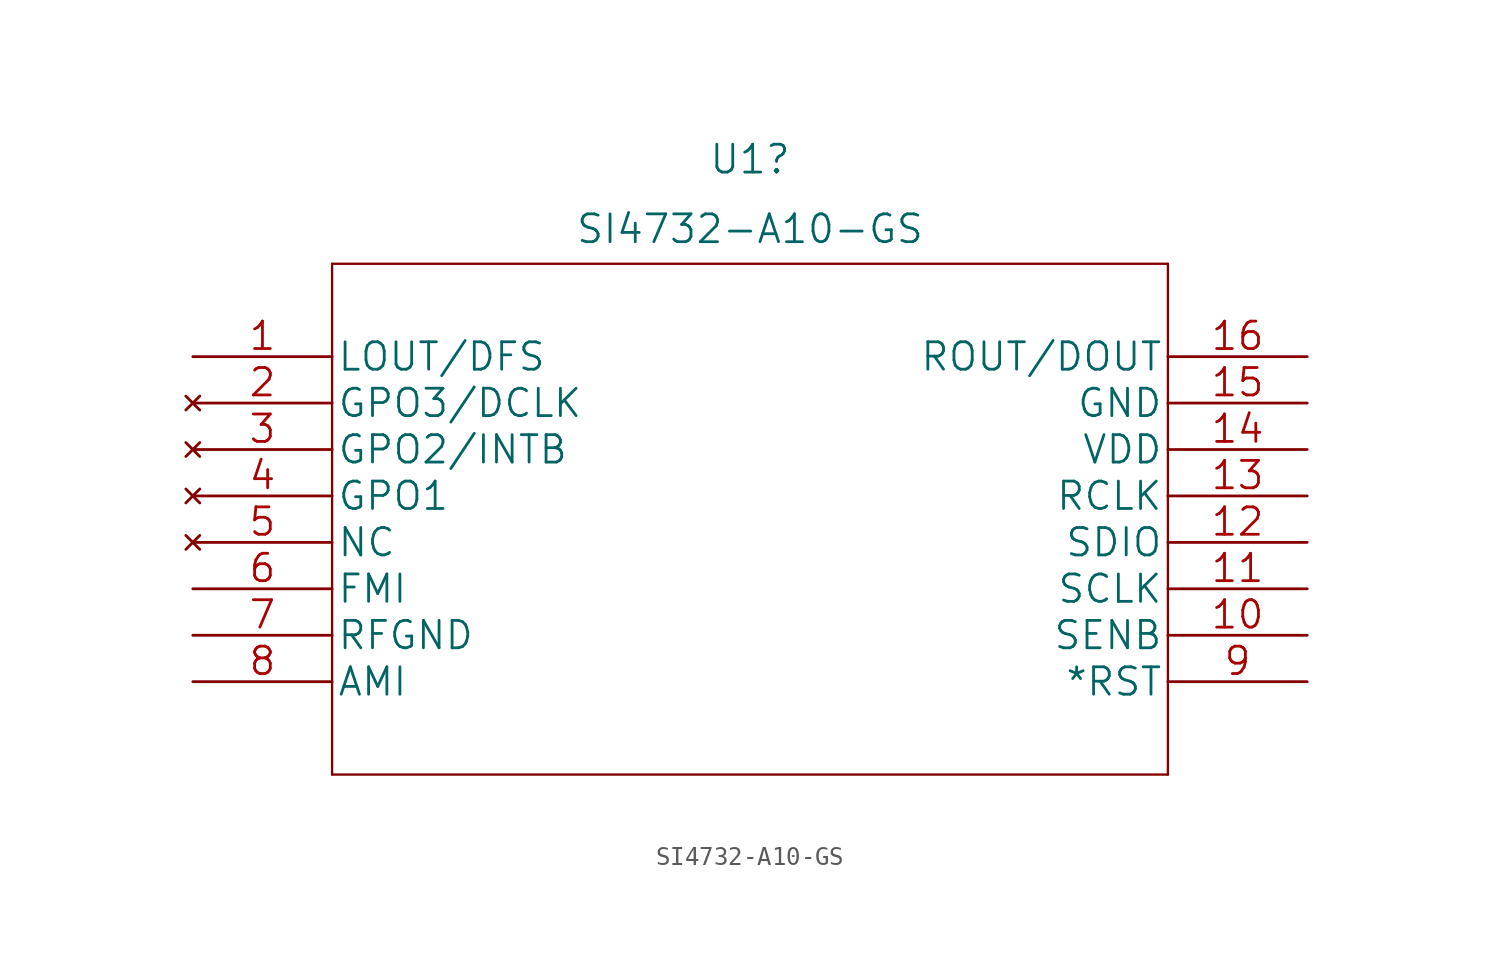
<source format=kicad_sym>
(kicad_symbol_lib
  (version 20220914)
  (generator kicad_symbol_editor)
  (symbol "SI4732-A10-GS"
    (pin_names
      (offset 0.254))
    (property "Reference" "U1"
      (at 30.48 10.795 0)
      (effects (font (size 1.524 1.524))))
    (property "Value" "SI4732-A10-GS"
      (at 30.48 6.985 0)
      (effects (font (size 1.524 1.524))))
    (property "Datasheet" ""
      (at 0 0 0)
      (effects (font (size 1.524 1.524))))
    (property "ki_locked" ""
      (at 0 0 0)
      (effects (font (size 1.27 1.27))))
    (symbol "SI4732-A10-GS_1_1"
      (polyline (pts (xy 7.62 -22.86) (xy 53.34 -22.86)) (stroke (width 0.127) (type solid)) (fill (type none)))
      (polyline (pts (xy 7.62 5.08) (xy 7.62 -22.86)) (stroke (width 0.127) (type solid)) (fill (type none)))
      (polyline (pts (xy 53.34 -22.86) (xy 53.34 5.08)) (stroke (width 0.127) (type solid)) (fill (type none)))
      (polyline (pts (xy 53.34 5.08) (xy 7.62 5.08)) (stroke (width 0.127) (type solid)) (fill (type none)))
      (pin output line (at 0 0 0) (length 7.62) (name "LOUT/DFS" (effects (font (size 1.499 1.499)))) (number "1" (effects (font (size 1.499 1.499)))))
      (pin power_in line (at 60.96 -15.24 180) (length 7.62) (name "SENB" (effects (font (size 1.499 1.499)))) (number "10" (effects (font (size 1.499 1.499)))))
      (pin bidirectional line (at 60.96 -12.7 180) (length 7.62) (name "SCLK" (effects (font (size 1.499 1.499)))) (number "11" (effects (font (size 1.499 1.499)))))
      (pin bidirectional line (at 60.96 -10.16 180) (length 7.62) (name "SDIO" (effects (font (size 1.499 1.499)))) (number "12" (effects (font (size 1.499 1.499)))))
      (pin input line (at 60.96 -7.62 180) (length 7.62) (name "RCLK" (effects (font (size 1.499 1.499)))) (number "13" (effects (font (size 1.499 1.499)))))
      (pin power_in line (at 60.96 -5.08 180) (length 7.62) (name "VDD" (effects (font (size 1.499 1.499)))) (number "14" (effects (font (size 1.499 1.499)))))
      (pin power_in line (at 60.96 -2.54 180) (length 7.62) (name "GND" (effects (font (size 1.499 1.499)))) (number "15" (effects (font (size 1.499 1.499)))))
      (pin output line (at 60.96 0 180) (length 7.62) (name "ROUT/DOUT" (effects (font (size 1.499 1.499)))) (number "16" (effects (font (size 1.499 1.499)))))
      (pin no_connect line (at 0 -2.54 0) (length 7.62) (name "GPO3/DCLK" (effects (font (size 1.499 1.499)))) (number "2" (effects (font (size 1.499 1.499)))))
      (pin no_connect line (at 0 -5.08 0) (length 7.62) (name "GPO2/INTB" (effects (font (size 1.499 1.499)))) (number "3" (effects (font (size 1.499 1.499)))))
      (pin no_connect line (at 0 -7.62 0) (length 7.62) (name "GPO1" (effects (font (size 1.499 1.499)))) (number "4" (effects (font (size 1.499 1.499)))))
      (pin no_connect line (at 0 -10.16 0) (length 7.62) (name "NC" (effects (font (size 1.499 1.499)))) (number "5" (effects (font (size 1.499 1.499)))))
      (pin unspecified line (at 0 -12.7 0) (length 7.62) (name "FMI" (effects (font (size 1.499 1.499)))) (number "6" (effects (font (size 1.499 1.499)))))
      (pin power_in line (at 0 -15.24 0) (length 7.62) (name "RFGND" (effects (font (size 1.499 1.499)))) (number "7" (effects (font (size 1.499 1.499)))))
      (pin input line (at 0 -17.78 0) (length 7.62) (name "AMI" (effects (font (size 1.499 1.499)))) (number "8" (effects (font (size 1.499 1.499)))))
      (pin input line (at 60.96 -17.78 180) (length 7.62) (name "*RST" (effects (font (size 1.499 1.499)))) (number "9" (effects (font (size 1.499 1.499))))))))
</source>
